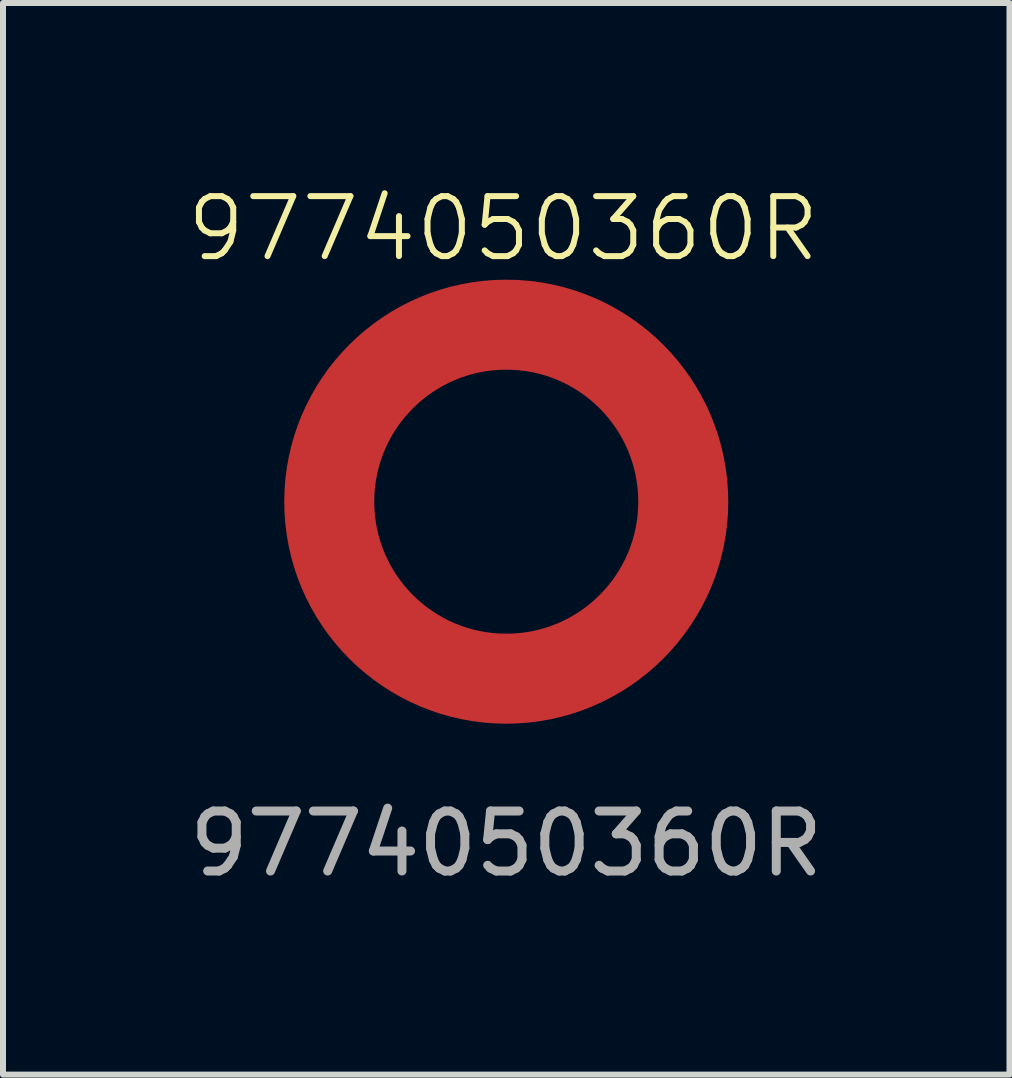
<source format=kicad_pcb>
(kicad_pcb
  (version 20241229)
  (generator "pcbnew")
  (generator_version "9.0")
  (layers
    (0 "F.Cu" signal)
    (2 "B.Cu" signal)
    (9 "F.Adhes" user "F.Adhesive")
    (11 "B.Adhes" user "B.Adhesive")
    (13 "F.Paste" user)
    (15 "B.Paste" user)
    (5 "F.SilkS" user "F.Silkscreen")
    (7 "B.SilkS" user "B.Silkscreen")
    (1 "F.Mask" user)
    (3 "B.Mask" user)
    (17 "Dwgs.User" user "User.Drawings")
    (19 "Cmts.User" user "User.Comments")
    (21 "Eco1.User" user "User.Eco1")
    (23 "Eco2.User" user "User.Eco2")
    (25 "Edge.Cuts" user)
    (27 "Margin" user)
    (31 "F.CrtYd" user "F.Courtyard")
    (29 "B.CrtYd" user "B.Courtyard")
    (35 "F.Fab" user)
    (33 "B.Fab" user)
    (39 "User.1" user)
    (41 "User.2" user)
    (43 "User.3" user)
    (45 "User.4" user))
  (footprint "9774050360R"
    (layer "F.Cu")
    (at 5.387 5.311)
    (property "Reference" "9774050360R" (at -0.05 -4.55 0) (unlocked yes) (layer "F.SilkS") (effects (font (size 1 1) (thickness 0.1))))
    (attr smd)
    (fp_circle (center 0 0) (end 2.95 0) (stroke (width 1.5) (type solid)) (fill no) (layer "F.Cu"))
    (fp_text user "${REFERENCE}" (at 0 5.7 0) (unlocked yes) (layer "F.Fab") (effects (font (size 1 1) (thickness 0.15)))))
  (gr_rect
    (start -3 -3)
    (end 13.774 14.859)
    (stroke (width 0.1) (type default))
    (fill no)
    (layer "Edge.Cuts")))
</source>
